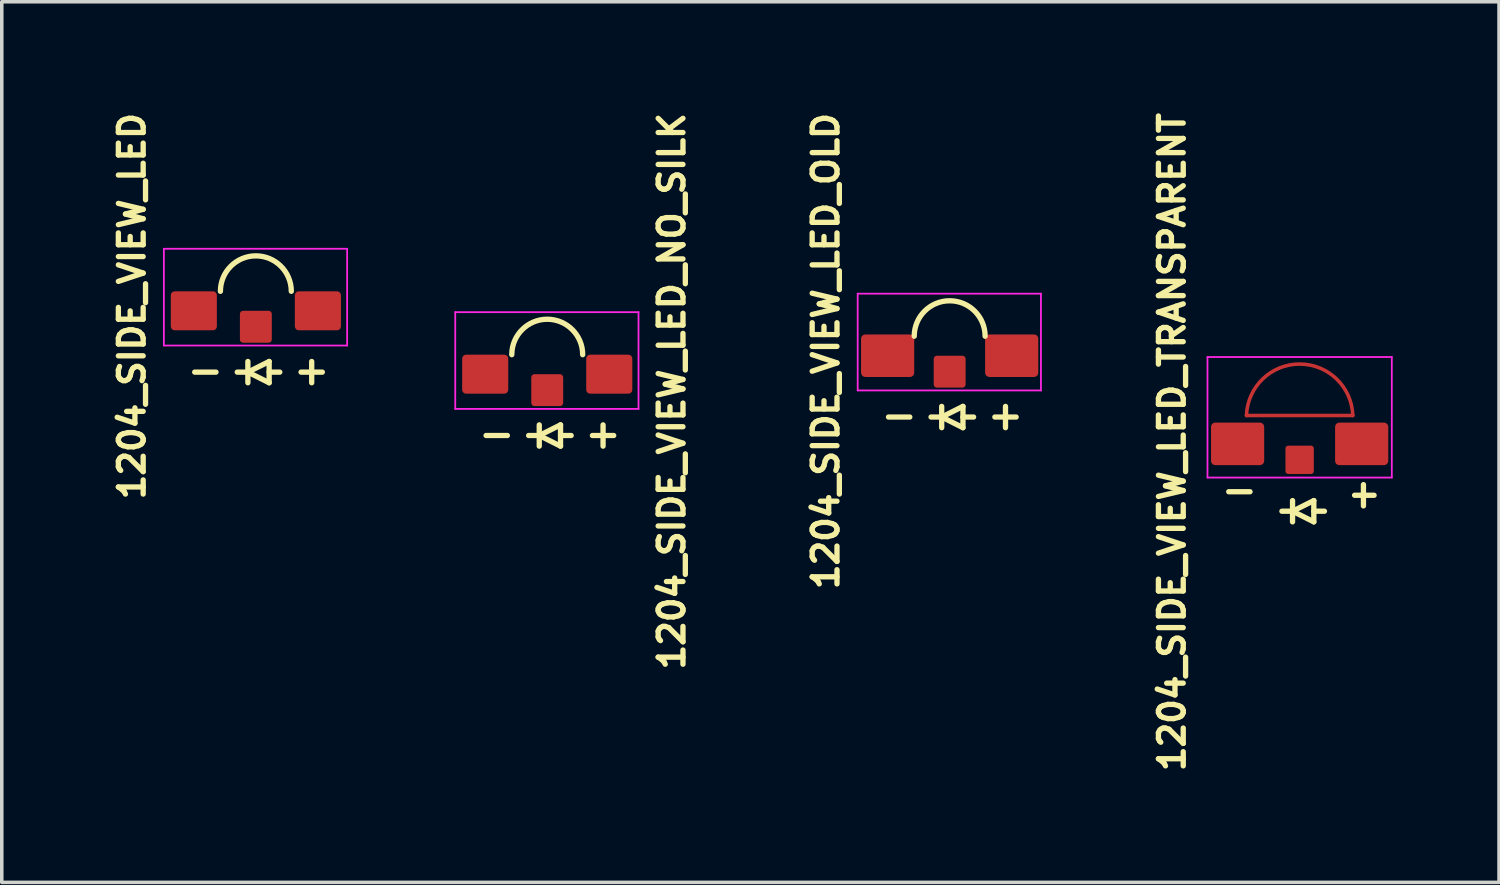
<source format=kicad_pcb>
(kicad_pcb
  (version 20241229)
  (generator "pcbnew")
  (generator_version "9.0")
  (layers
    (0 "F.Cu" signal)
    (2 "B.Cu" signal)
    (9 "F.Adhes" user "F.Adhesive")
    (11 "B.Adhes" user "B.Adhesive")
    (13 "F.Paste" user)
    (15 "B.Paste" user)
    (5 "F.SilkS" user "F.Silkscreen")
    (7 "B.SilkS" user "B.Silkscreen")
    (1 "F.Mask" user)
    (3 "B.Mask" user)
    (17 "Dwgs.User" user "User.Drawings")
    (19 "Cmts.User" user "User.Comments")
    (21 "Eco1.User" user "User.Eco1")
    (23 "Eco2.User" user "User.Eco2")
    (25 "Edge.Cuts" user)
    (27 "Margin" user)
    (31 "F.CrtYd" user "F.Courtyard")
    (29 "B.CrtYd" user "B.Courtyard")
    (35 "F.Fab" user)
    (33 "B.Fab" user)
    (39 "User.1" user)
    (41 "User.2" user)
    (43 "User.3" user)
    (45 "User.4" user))
  (footprint "1204_SIDE_VIEW_LED_NO_SILK"
    (layer "F.Cu")
    (at 12.373 7.356)
    (property "Reference" "1204_SIDE_VIEW_LED_NO_SILK" (at 3.528 0.632 270) (layer "F.SilkS") (effects (font (size 0.7 0.7) (thickness 0.15))))
    (attr through_hole)
    (fp_line (start -1.71 1.88) (end -1.11 1.88) (stroke (width 0.15) (type solid)) (layer "F.SilkS"))
    (fp_line (start -0.21 1.58) (end -0.21 2.18) (stroke (width 0.15) (type solid)) (layer "F.SilkS"))
    (fp_line (start -0.21 1.88) (end -0.51 1.88) (stroke (width 0.15) (type solid)) (layer "F.SilkS"))
    (fp_line (start -0.21 1.88) (end 0.39 1.58) (stroke (width 0.15) (type solid)) (layer "F.SilkS"))
    (fp_line (start 0.39 1.58) (end 0.39 2.18) (stroke (width 0.15) (type solid)) (layer "F.SilkS"))
    (fp_line (start 0.39 1.88) (end 0.69 1.88) (stroke (width 0.15) (type solid)) (layer "F.SilkS"))
    (fp_line (start 0.39 2.18) (end -0.21 1.88) (stroke (width 0.15) (type solid)) (layer "F.SilkS"))
    (fp_line (start 1.29 1.88) (end 1.89 1.88) (stroke (width 0.15) (type solid)) (layer "F.SilkS"))
    (fp_line (start 1.59 1.58) (end 1.59 2.18) (stroke (width 0.15) (type solid)) (layer "F.SilkS"))
    (fp_arc (start -0.985 -0.4) (mid 0.015 -1.4) (end 1.015 -0.4) (stroke (width 0.15) (type solid)) (layer "F.SilkS"))
    (fp_line (start -2.58 -1.6) (end -2.58 1.13) (stroke (width 0.05) (type solid)) (layer "F.CrtYd"))
    (fp_line (start -2.58 1.13) (end 2.59 1.13) (stroke (width 0.05) (type solid)) (layer "F.CrtYd"))
    (fp_line (start 2.59 -1.6) (end -2.58 -1.6) (stroke (width 0.05) (type solid)) (layer "F.CrtYd"))
    (fp_line (start 2.59 1.13) (end 2.59 -1.6) (stroke (width 0.05) (type solid)) (layer "F.CrtYd"))
    (pad "" smd roundrect (at 0.015 0.6) (size 0.9 0.9) (layers "F.Cu" "F.Mask" "F.Paste") (roundrect_rratio 0.1))
    (pad "1" smd roundrect (at -1.735 0.15) (size 1.3 1.1) (layers "F.Cu" "F.Mask" "F.Paste") (roundrect_rratio 0.1))
    (pad "2" smd roundrect (at 1.765 0.15) (size 1.3 1.1) (layers "F.Cu" "F.Mask" "F.Paste") (roundrect_rratio 0.1)))
  (footprint "1204_SIDE_VIEW_LED"
    (layer "F.Cu")
    (at 4.153 5.568)
    (property "Reference" "1204_SIDE_VIEW_LED" (at -3.48 0.02 90) (layer "F.SilkS") (effects (font (size 0.7 0.7) (thickness 0.15))))
    (attr through_hole)
    (fp_poly (pts (xy -0.975 -0.325) (xy 1.025 -0.325) (xy 1 -0.525) (xy 0.925 -0.775) (xy 0.775 -1.05) (xy 0.575 -1.225) (xy 0.3 -1.35) (xy 0.075 -1.375) (xy -0.225 -1.35) (xy -0.425 -1.3) (xy -0.6 -1.2) (xy -0.8 -0.975) (xy -0.9 -0.8) (xy -0.975 -0.55) (xy -1 -0.325)) (stroke (width 0.1) (type solid)) (fill yes) (layer "F.Mask"))
    (fp_line (start -1.71 1.88) (end -1.11 1.88) (stroke (width 0.15) (type solid)) (layer "F.SilkS"))
    (fp_line (start -0.21 1.58) (end -0.21 2.18) (stroke (width 0.15) (type solid)) (layer "F.SilkS"))
    (fp_line (start -0.21 1.88) (end -0.51 1.88) (stroke (width 0.15) (type solid)) (layer "F.SilkS"))
    (fp_line (start -0.21 1.88) (end 0.39 1.58) (stroke (width 0.15) (type solid)) (layer "F.SilkS"))
    (fp_line (start 0.39 1.58) (end 0.39 2.18) (stroke (width 0.15) (type solid)) (layer "F.SilkS"))
    (fp_line (start 0.39 1.88) (end 0.69 1.88) (stroke (width 0.15) (type solid)) (layer "F.SilkS"))
    (fp_line (start 0.39 2.18) (end -0.21 1.88) (stroke (width 0.15) (type solid)) (layer "F.SilkS"))
    (fp_line (start 1.29 1.88) (end 1.89 1.88) (stroke (width 0.15) (type solid)) (layer "F.SilkS"))
    (fp_line (start 1.59 1.58) (end 1.59 2.18) (stroke (width 0.15) (type solid)) (layer "F.SilkS"))
    (fp_arc (start -0.985 -0.4) (mid 0.015 -1.4) (end 1.015 -0.4) (stroke (width 0.15) (type solid)) (layer "F.SilkS"))
    (fp_line (start -2.58 -1.6) (end -2.58 1.13) (stroke (width 0.05) (type solid)) (layer "F.CrtYd"))
    (fp_line (start -2.58 1.13) (end 2.59 1.13) (stroke (width 0.05) (type solid)) (layer "F.CrtYd"))
    (fp_line (start 2.59 -1.6) (end -2.58 -1.6) (stroke (width 0.05) (type solid)) (layer "F.CrtYd"))
    (fp_line (start 2.59 1.13) (end 2.59 -1.6) (stroke (width 0.05) (type solid)) (layer "F.CrtYd"))
    (pad "" smd roundrect (at 0.015 0.6) (size 0.9 0.9) (layers "F.Cu" "F.Mask" "F.Paste") (roundrect_rratio 0.1))
    (pad "1" smd roundrect (at -1.735 0.15) (size 1.3 1.1) (layers "F.Cu" "F.Mask" "F.Paste") (roundrect_rratio 0.1))
    (pad "2" smd roundrect (at 1.765 0.15) (size 1.3 1.1) (layers "F.Cu" "F.Mask" "F.Paste") (roundrect_rratio 0.1)))
  (footprint "1204_SIDE_VIEW_LED_TRANSPARENT"
    (layer "F.Cu")
    (at 33.614 9.322)
    (property "Reference" "1204_SIDE_VIEW_LED_TRANSPARENT" (at -3.6 0.1 90) (layer "F.SilkS") (effects (font (size 0.7 0.7) (thickness 0.15))))
    (attr through_hole)
    (fp_line (start -1.5 -0.65) (end 1.5 -0.65) (stroke (width 0.1) (type solid)) (layer "F.Cu"))
    (fp_arc (start -1.5 -0.65) (mid 0 -2.100833) (end 1.5 -0.65) (stroke (width 0.1) (type solid)) (layer "F.Cu"))
    (fp_line (start -1.5 -0.65) (end 1.5 -0.65) (stroke (width 0.1) (type solid)) (layer "F.Mask"))
    (fp_arc (start -1.5 -0.65) (mid 0 -2.100833) (end 1.5 -0.65) (stroke (width 0.1) (type solid)) (layer "F.Mask"))
    (fp_poly (pts (xy -1.45 -0.7) (xy 1.45 -0.7) (xy 1.3 -1.15) (xy 1.2 -1.35) (xy 1 -1.65) (xy 0.7 -1.85) (xy 0.3 -2.05) (xy -0.1 -2.05) (xy -0.5 -1.95) (xy -0.9 -1.75) (xy -1.2 -1.45) (xy -1.3 -1.15) (xy -1.4 -0.95)) (stroke (width 0.1) (type solid)) (fill yes) (layer "F.Mask"))
    (fp_line (start -2 1.5) (end -1.4 1.5) (stroke (width 0.15) (type solid)) (layer "F.SilkS"))
    (fp_line (start -0.2 1.75) (end -0.2 2.35) (stroke (width 0.15) (type solid)) (layer "F.SilkS"))
    (fp_line (start -0.2 2.05) (end -0.5 2.05) (stroke (width 0.15) (type solid)) (layer "F.SilkS"))
    (fp_line (start -0.2 2.05) (end 0.4 1.75) (stroke (width 0.15) (type solid)) (layer "F.SilkS"))
    (fp_line (start 0.4 1.75) (end 0.4 2.35) (stroke (width 0.15) (type solid)) (layer "F.SilkS"))
    (fp_line (start 0.4 2.05) (end 0.7 2.05) (stroke (width 0.15) (type solid)) (layer "F.SilkS"))
    (fp_line (start 0.4 2.35) (end -0.2 2.05) (stroke (width 0.15) (type solid)) (layer "F.SilkS"))
    (fp_line (start 1.55 1.6) (end 2.1 1.6) (stroke (width 0.15) (type solid)) (layer "F.SilkS"))
    (fp_line (start 1.8 1.3) (end 1.8 1.9) (stroke (width 0.15) (type solid)) (layer "F.SilkS"))
    (fp_line (start -2.6 -2.3) (end 2.6 -2.3) (stroke (width 0.05) (type solid)) (layer "F.CrtYd"))
    (fp_line (start -2.6 1.1) (end -2.6 -2.3) (stroke (width 0.05) (type solid)) (layer "F.CrtYd"))
    (fp_line (start 2.6 -2.3) (end 2.6 1.1) (stroke (width 0.05) (type solid)) (layer "F.CrtYd"))
    (fp_line (start 2.6 1.1) (end -2.6 1.1) (stroke (width 0.05) (type solid)) (layer "F.CrtYd"))
    (pad "" smd roundrect (at 0 0.6) (size 0.8 0.8) (layers "F.Cu" "F.Mask" "F.Paste") (roundrect_rratio 0.1))
    (pad "1" smd roundrect (at -1.75 0.15) (size 1.5 1.2) (layers "F.Cu" "F.Mask" "F.Paste") (roundrect_rratio 0.1))
    (pad "2" smd roundrect (at 1.75 0.15) (size 1.5 1.2) (layers "F.Cu" "F.Mask" "F.Paste") (roundrect_rratio 0.1)))
  (footprint "1204_SIDE_VIEW_LED_OLD"
    (layer "F.Cu")
    (at 23.726 6.835)
    (property "Reference" "1204_SIDE_VIEW_LED_OLD" (at -3.48 0.02 90) (layer "F.SilkS") (effects (font (size 0.7 0.7) (thickness 0.15))))
    (attr through_hole)
    (fp_line (start -1.71 1.88) (end -1.11 1.88) (stroke (width 0.15) (type solid)) (layer "F.SilkS"))
    (fp_line (start -0.21 1.58) (end -0.21 2.18) (stroke (width 0.15) (type solid)) (layer "F.SilkS"))
    (fp_line (start -0.21 1.88) (end -0.51 1.88) (stroke (width 0.15) (type solid)) (layer "F.SilkS"))
    (fp_line (start -0.21 1.88) (end 0.39 1.58) (stroke (width 0.15) (type solid)) (layer "F.SilkS"))
    (fp_line (start 0.39 1.58) (end 0.39 2.18) (stroke (width 0.15) (type solid)) (layer "F.SilkS"))
    (fp_line (start 0.39 1.88) (end 0.69 1.88) (stroke (width 0.15) (type solid)) (layer "F.SilkS"))
    (fp_line (start 0.39 2.18) (end -0.21 1.88) (stroke (width 0.15) (type solid)) (layer "F.SilkS"))
    (fp_line (start 1.29 1.88) (end 1.89 1.88) (stroke (width 0.15) (type solid)) (layer "F.SilkS"))
    (fp_line (start 1.59 1.58) (end 1.59 2.18) (stroke (width 0.15) (type solid)) (layer "F.SilkS"))
    (fp_arc (start -0.985 -0.4) (mid 0.015 -1.4) (end 1.015 -0.4) (stroke (width 0.15) (type solid)) (layer "F.SilkS"))
    (fp_line (start -2.58 -1.6) (end -2.58 1.13) (stroke (width 0.05) (type solid)) (layer "F.CrtYd"))
    (fp_line (start -2.58 1.13) (end 2.59 1.13) (stroke (width 0.05) (type solid)) (layer "F.CrtYd"))
    (fp_line (start 2.59 -1.6) (end -2.58 -1.6) (stroke (width 0.05) (type solid)) (layer "F.CrtYd"))
    (fp_line (start 2.59 1.13) (end 2.59 -1.6) (stroke (width 0.05) (type solid)) (layer "F.CrtYd"))
    (pad "" smd roundrect (at 0.015 0.6) (size 0.9 0.9) (layers "F.Cu" "F.Mask" "F.Paste") (roundrect_rratio 0.1))
    (pad "1" smd roundrect (at -1.735 0.15) (size 1.5 1.2) (layers "F.Cu" "F.Mask" "F.Paste") (roundrect_rratio 0.1))
    (pad "2" smd roundrect (at 1.765 0.15) (size 1.5 1.2) (layers "F.Cu" "F.Mask" "F.Paste") (roundrect_rratio 0.1)))
  (gr_rect
    (start -3 -3)
    (end 39.239 21.843)
    (stroke (width 0.1) (type default))
    (fill no)
    (layer "Edge.Cuts")))
</source>
